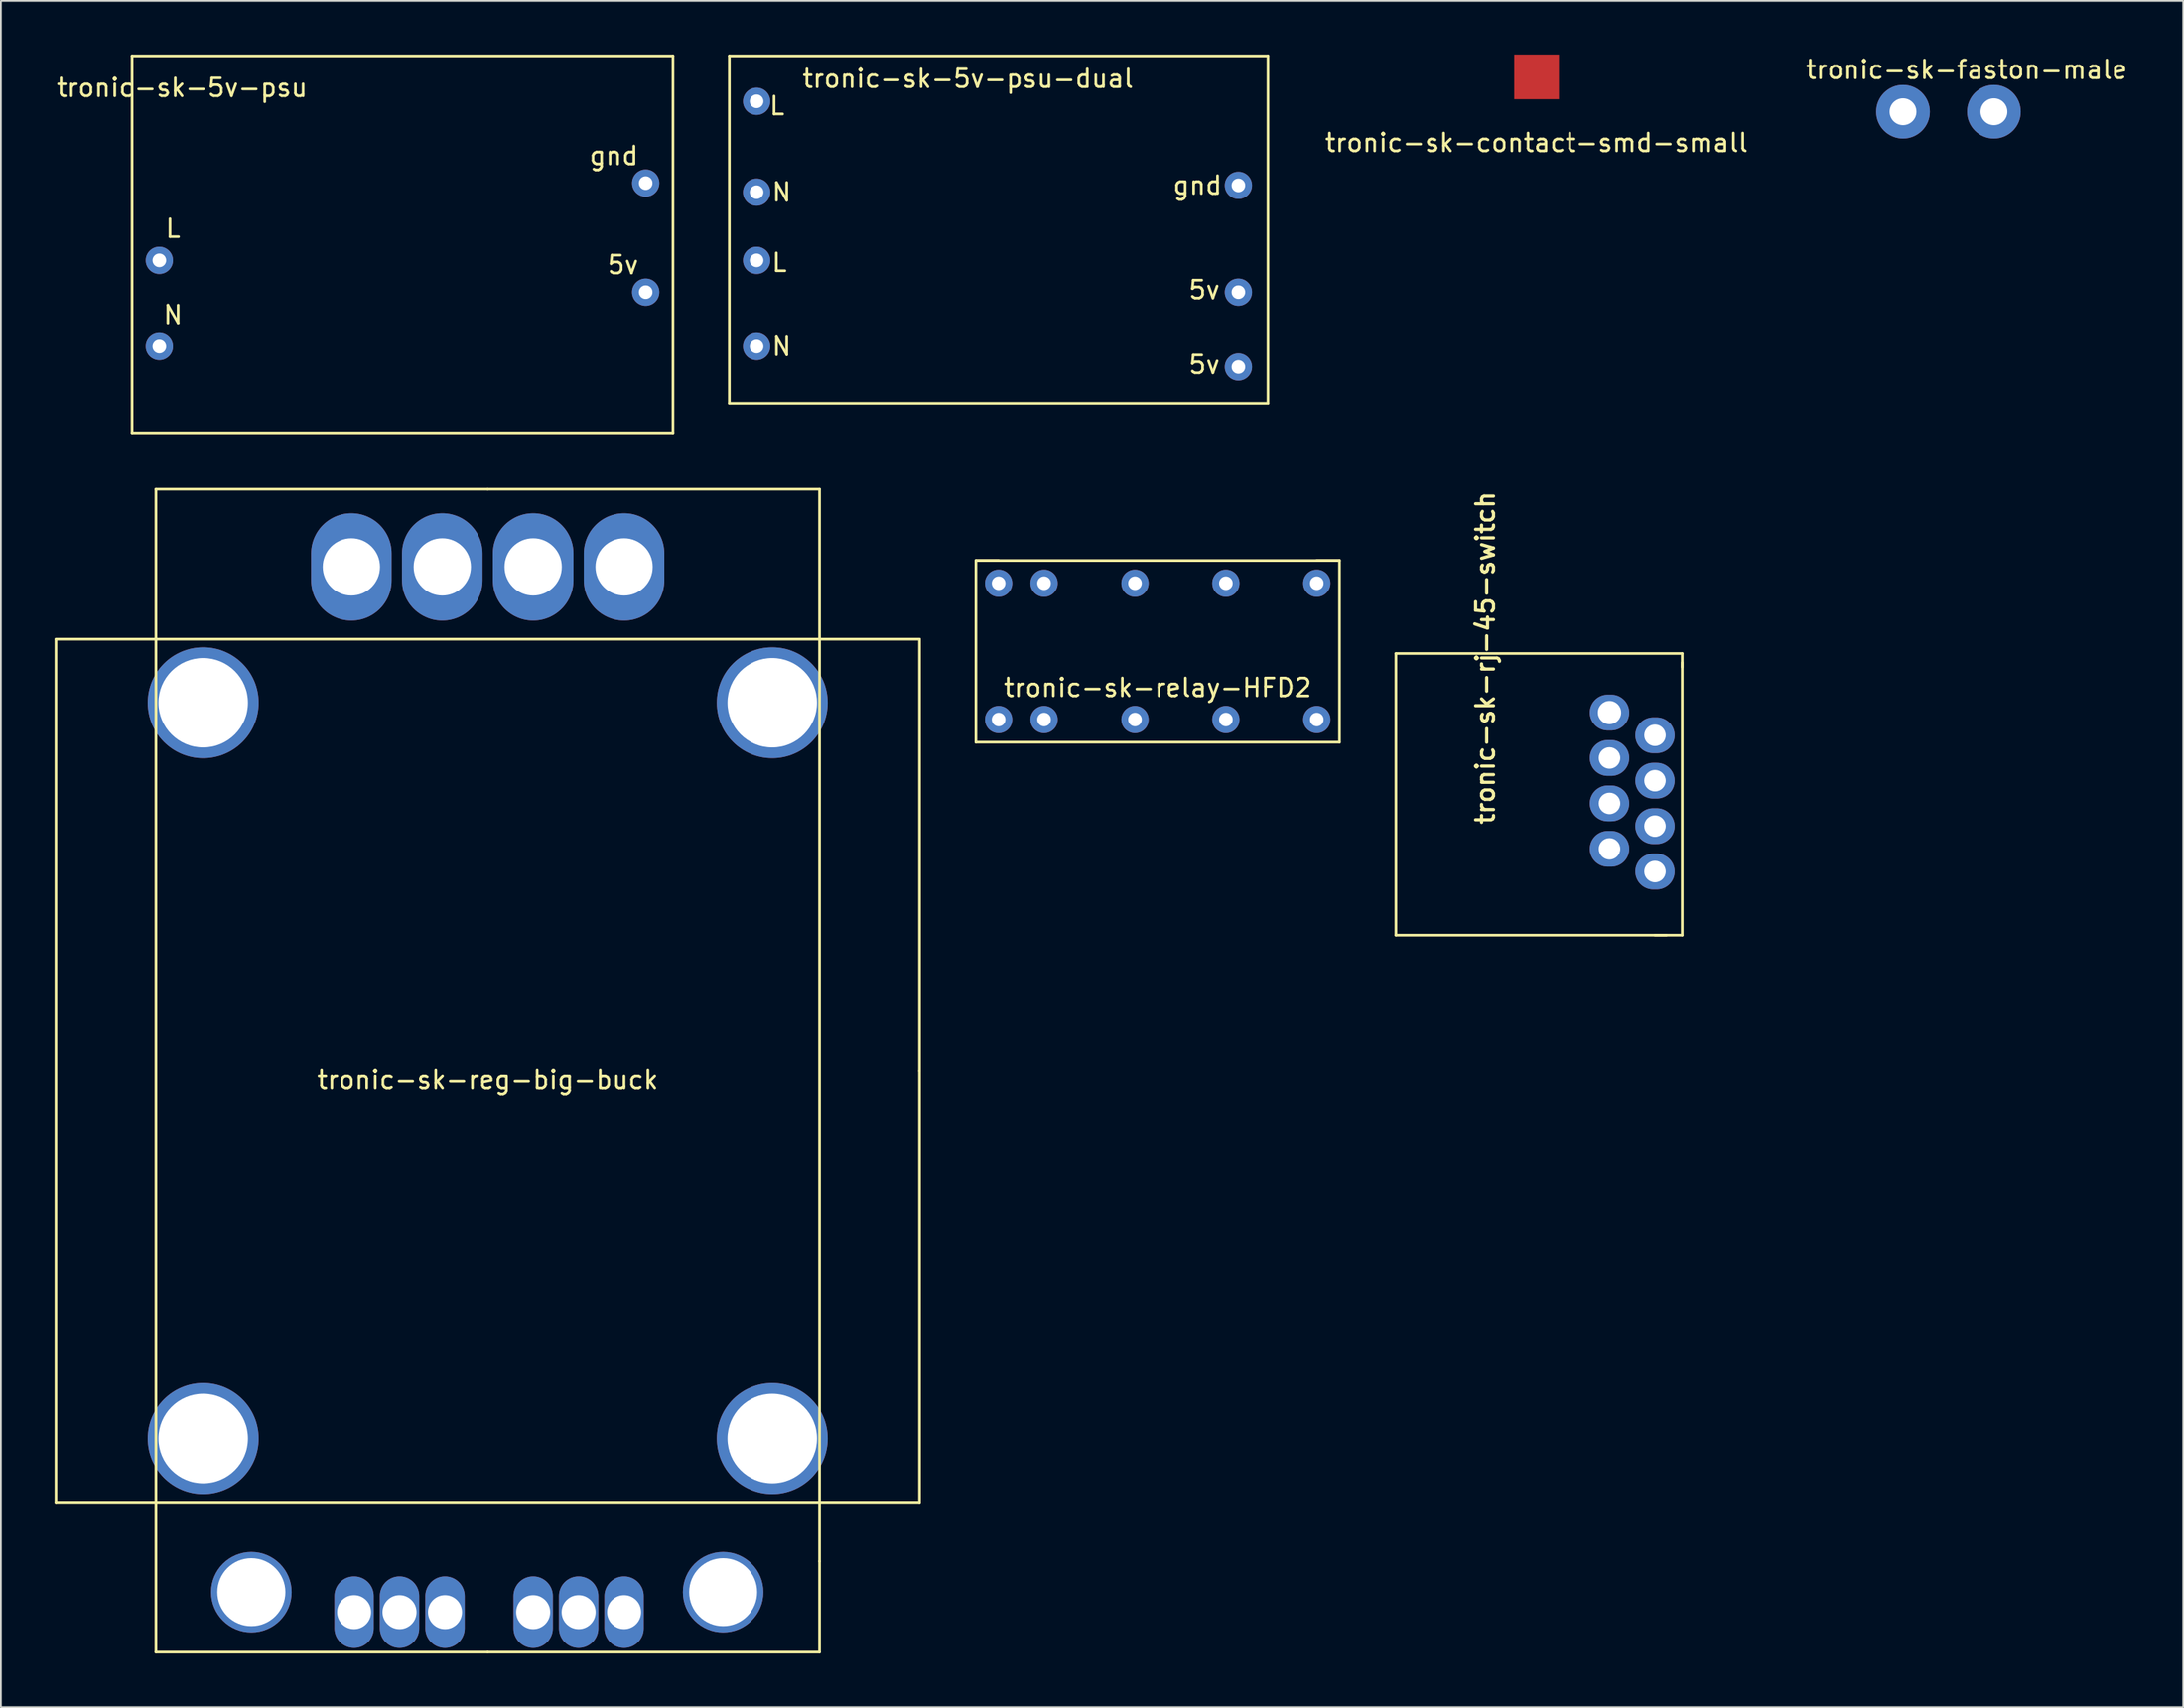
<source format=kicad_pcb>
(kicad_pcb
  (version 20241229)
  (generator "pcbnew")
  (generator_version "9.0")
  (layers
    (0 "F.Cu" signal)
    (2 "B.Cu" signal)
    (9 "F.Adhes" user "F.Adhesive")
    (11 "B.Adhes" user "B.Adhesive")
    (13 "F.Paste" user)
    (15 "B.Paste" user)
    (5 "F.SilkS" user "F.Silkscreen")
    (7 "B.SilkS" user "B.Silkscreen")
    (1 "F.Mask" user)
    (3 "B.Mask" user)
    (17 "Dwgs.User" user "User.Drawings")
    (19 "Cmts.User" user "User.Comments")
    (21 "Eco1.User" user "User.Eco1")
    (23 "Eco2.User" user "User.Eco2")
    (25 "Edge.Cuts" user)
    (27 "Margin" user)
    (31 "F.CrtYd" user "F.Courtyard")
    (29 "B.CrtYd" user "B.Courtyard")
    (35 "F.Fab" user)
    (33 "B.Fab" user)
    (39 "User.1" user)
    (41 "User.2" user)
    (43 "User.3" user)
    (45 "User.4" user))
  (footprint "tronic-sk-5v-psu-dual"
    (layer "F.Cu")
    (at 46.47 3.377)
    (property "Reference" "tronic-sk-5v-psu-dual" (at 4.572 -2.032 0) (layer "F.SilkS") (effects (font (size 1 1) (thickness 0.15))))
    (attr through_hole)
    (fp_line (start -8.763 -3.302) (end 21.336 -3.302) (stroke (width 0.15) (type solid)) (layer "F.SilkS"))
    (fp_line (start -8.763 16.129) (end -8.763 -3.302) (stroke (width 0.15) (type solid)) (layer "F.SilkS"))
    (fp_line (start 21.336 -3.302) (end 21.336 16.129) (stroke (width 0.15) (type solid)) (layer "F.SilkS"))
    (fp_line (start 21.336 16.129) (end -8.763 16.129) (stroke (width 0.15) (type solid)) (layer "F.SilkS"))
    (fp_text user "5v" (at 17.78 13.97 0) (layer "F.SilkS") (effects (font (size 1 1) (thickness 0.15))))
    (fp_text user "5v" (at 17.78 9.779 0) (layer "F.SilkS") (effects (font (size 1 1) (thickness 0.15))))
    (fp_text user "N" (at -5.842 12.954 0) (layer "F.SilkS") (effects (font (size 1 1) (thickness 0.15))))
    (fp_text user "L" (at -6.096 -0.508 0) (layer "F.SilkS") (effects (font (size 1 1) (thickness 0.15))))
    (fp_text user "gnd" (at 17.399 3.937 0) (layer "F.SilkS") (effects (font (size 1 1) (thickness 0.15))))
    (fp_text user "N" (at -5.842 4.318 0) (layer "F.SilkS") (effects (font (size 1 1) (thickness 0.15))))
    (fp_text user "L" (at -5.969 8.255 0) (layer "F.SilkS") (effects (font (size 1 1) (thickness 0.15))))
    (pad "1" thru_hole circle (at -7.239 -0.762) (size 1.524 1.524) (drill 0.762) (layers "*.Cu" "*.Mask"))
    (pad "1" thru_hole circle (at -7.239 8.128) (size 1.524 1.524) (drill 0.762) (layers "*.Cu" "*.Mask"))
    (pad "2" thru_hole circle (at -7.239 4.318) (size 1.524 1.524) (drill 0.762) (layers "*.Cu" "*.Mask"))
    (pad "2" thru_hole circle (at -7.239 12.954) (size 1.524 1.524) (drill 0.762) (layers "*.Cu" "*.Mask"))
    (pad "3" thru_hole circle (at 19.685 9.906) (size 1.524 1.524) (drill 0.762) (layers "*.Cu" "*.Mask"))
    (pad "3" thru_hole circle (at 19.685 14.097) (size 1.524 1.524) (drill 0.762) (layers "*.Cu" "*.Mask"))
    (pad "4" thru_hole circle (at 19.685 3.937) (size 1.524 1.524) (drill 0.762) (layers "*.Cu" "*.Mask")))
  (footprint "tronic-sk-rj-45-switch"
    (layer "F.Cu")
    (at 85.115 41.873)
    (property "Reference" "tronic-sk-rj-45-switch" (at -4.572 1.27 90) (layer "F.SilkS") (effects (font (size 1 1) (thickness 0.18)) (justify left bottom)))
    (attr through_hole)
    (fp_line (start -10.16 -8.382) (end -10.16 7.366) (stroke (width 0.15) (type solid)) (layer "F.SilkS"))
    (fp_line (start -10.16 7.366) (end 4.953 7.366) (stroke (width 0.15) (type solid)) (layer "F.SilkS"))
    (fp_line (start 4.318 7.366) (end 5.842 7.366) (stroke (width 0.15) (type solid)) (layer "F.SilkS"))
    (fp_line (start 5.842 -8.382) (end -10.16 -8.382) (stroke (width 0.15) (type solid)) (layer "F.SilkS"))
    (fp_line (start 5.842 -8.382) (end 5.842 -7.62) (stroke (width 0.15) (type solid)) (layer "F.SilkS"))
    (fp_line (start 5.842 7.366) (end 5.842 -7.874) (stroke (width 0.15) (type solid)) (layer "F.SilkS"))
    (pad "1" thru_hole oval (at 1.778 -5.08) (size 2.2 2) (drill 1.3) (layers "*.Cu" "*.Mask"))
    (pad "2" thru_hole oval (at 4.318 -3.81) (size 2.2 2) (drill 1.2) (layers "*.Cu" "*.Mask"))
    (pad "3" thru_hole oval (at 1.778 -2.54) (size 2.2 2) (drill 1.2) (layers "*.Cu" "*.Mask"))
    (pad "4" thru_hole oval (at 4.318 -1.27) (size 2.2 2) (drill 1.2) (layers "*.Cu" "*.Mask"))
    (pad "5" thru_hole oval (at 1.778 0) (size 2.2 2) (drill 1.2) (layers "*.Cu" "*.Mask"))
    (pad "6" thru_hole oval (at 4.318 1.27) (size 2.2 2) (drill 1.2) (layers "*.Cu" "*.Mask"))
    (pad "7" thru_hole oval (at 1.778 2.54) (size 2.2 2) (drill 1.2) (layers "*.Cu" "*.Mask"))
    (pad "8" thru_hole oval (at 4.318 3.81) (size 2.2 2) (drill 1.2) (layers "*.Cu" "*.Mask")))
  (footprint "tronic-sk-relay-HFD2"
    (layer "F.Cu")
    (at 60.375 24.482)
    (property "Reference" "tronic-sk-relay-HFD2" (at 1.27 10.922 0) (layer "F.SilkS") (effects (font (size 1 1) (thickness 0.15))))
    (attr through_hole)
    (fp_line (start -8.89 3.81) (end -8.89 13.97) (stroke (width 0.15) (type solid)) (layer "F.SilkS"))
    (fp_line (start -8.89 13.97) (end 11.43 13.97) (stroke (width 0.15) (type solid)) (layer "F.SilkS"))
    (fp_line (start -7.62 3.81) (end -8.89 3.81) (stroke (width 0.15) (type solid)) (layer "F.SilkS"))
    (fp_line (start 10.16 3.81) (end 11.43 3.81) (stroke (width 0.15) (type solid)) (layer "F.SilkS"))
    (fp_line (start 11.43 3.81) (end -8.89 3.81) (stroke (width 0.15) (type solid)) (layer "F.SilkS"))
    (fp_line (start 11.43 13.97) (end 11.43 3.81) (stroke (width 0.15) (type solid)) (layer "F.SilkS"))
    (pad "1" thru_hole circle (at -7.62 5.08) (size 1.524 1.524) (drill 0.762) (layers "*.Cu" "*.Mask"))
    (pad "2" thru_hole circle (at -5.08 5.08) (size 1.524 1.524) (drill 0.762) (layers "*.Cu" "*.Mask"))
    (pad "3" thru_hole circle (at 0 5.08) (size 1.524 1.524) (drill 0.762) (layers "*.Cu" "*.Mask"))
    (pad "4" thru_hole circle (at 5.08 5.08) (size 1.524 1.524) (drill 0.762) (layers "*.Cu" "*.Mask"))
    (pad "5" thru_hole circle (at 10.16 5.08) (size 1.524 1.524) (drill 0.762) (layers "*.Cu" "*.Mask"))
    (pad "6" thru_hole circle (at -7.62 12.7) (size 1.524 1.524) (drill 0.762) (layers "*.Cu" "*.Mask"))
    (pad "7" thru_hole circle (at -5.08 12.7) (size 1.524 1.524) (drill 0.762) (layers "*.Cu" "*.Mask"))
    (pad "8" thru_hole circle (at 0 12.7) (size 1.524 1.524) (drill 0.762) (layers "*.Cu" "*.Mask"))
    (pad "9" thru_hole circle (at 5.08 12.7) (size 1.524 1.524) (drill 0.762) (layers "*.Cu" "*.Mask"))
    (pad "10" thru_hole circle (at 10.16 12.7) (size 1.524 1.524) (drill 0.762) (layers "*.Cu" "*.Mask")))
  (footprint "tronic-sk-faston-male"
    (layer "F.Cu")
    (at 103.295 3.198)
    (property "Reference" "tronic-sk-faston-male" (at 3.556 -2.349 0) (layer "F.SilkS") (effects (font (size 1 1) (thickness 0.15))))
    (attr through_hole)
    (pad "1" thru_hole circle (at 0 0) (size 3 3) (drill 1.5) (layers "*.Cu" "*.Mask"))
    (pad "2" thru_hole circle (at 5.08 0) (size 3 3) (drill 1.5) (layers "*.Cu" "*.Mask")))
  (footprint "tronic-sk-contact-smd-small"
    (layer "F.Cu")
    (at 82.816 1.25)
    (property "Reference" "tronic-sk-contact-smd-small" (at 0 3.683 0) (layer "F.SilkS") (effects (font (size 1 1) (thickness 0.15))))
    (attr through_hole)
    (pad "1" smd rect (at 0 0) (size 2.5 2.5) (layers "F.Cu" "F.Mask" "F.Paste")))
  (footprint "tronic-sk-5v-psu"
    (layer "F.Cu")
    (at 12.967 5.155)
    (property "Reference" "tronic-sk-5v-psu" (at -5.842 -3.302 0) (layer "F.SilkS") (effects (font (size 1 1) (thickness 0.15))))
    (attr through_hole)
    (fp_line (start -8.636 -5.08) (end -8.636 16.002) (stroke (width 0.15) (type solid)) (layer "F.SilkS"))
    (fp_line (start -8.636 16.002) (end 21.59 16.002) (stroke (width 0.15) (type solid)) (layer "F.SilkS"))
    (fp_line (start 21.59 -5.08) (end -8.636 -5.08) (stroke (width 0.15) (type solid)) (layer "F.SilkS"))
    (fp_line (start 21.59 16.002) (end 21.59 -5.08) (stroke (width 0.15) (type solid)) (layer "F.SilkS"))
    (fp_text user "gnd" (at 18.288 0.508 0) (layer "F.SilkS") (effects (font (size 1 1) (thickness 0.15))))
    (fp_text user "N" (at -6.35 9.398 0) (layer "F.SilkS") (effects (font (size 1 1) (thickness 0.15))))
    (fp_text user "L" (at -6.35 4.572 0) (layer "F.SilkS") (effects (font (size 1 1) (thickness 0.15))))
    (fp_text user "5v" (at 18.796 6.604 0) (layer "F.SilkS") (effects (font (size 1 1) (thickness 0.15))))
    (pad "1" thru_hole circle (at -7.112 6.35) (size 1.524 1.524) (drill 0.762) (layers "*.Cu" "*.Mask"))
    (pad "2" thru_hole circle (at -7.112 11.176) (size 1.524 1.524) (drill 0.762) (layers "*.Cu" "*.Mask"))
    (pad "3" thru_hole circle (at 20.066 8.128) (size 1.524 1.524) (drill 0.762) (layers "*.Cu" "*.Mask"))
    (pad "4" thru_hole circle (at 20.066 2.032) (size 1.524 1.524) (drill 0.762) (layers "*.Cu" "*.Mask")))
  (footprint "tronic-sk-reg-big-buck"
    (layer "F.Cu")
    (at 24.205 56.819)
    (property "Reference" "tronic-sk-reg-big-buck" (at 0 0.5 0) (layer "F.SilkS") (effects (font (size 1 1) (thickness 0.15))))
    (attr through_hole)
    (fp_line (start -24.13 -24.13) (end 24.13 -24.13) (stroke (width 0.15) (type solid)) (layer "F.SilkS"))
    (fp_line (start -24.13 24.13) (end -24.13 -24.13) (stroke (width 0.15) (type solid)) (layer "F.SilkS"))
    (fp_line (start -18.542 -32.512) (end -18.542 32.512) (stroke (width 0.15) (type solid)) (layer "F.SilkS"))
    (fp_line (start 0 -32.512) (end -18.542 -32.512) (stroke (width 0.15) (type solid)) (layer "F.SilkS"))
    (fp_line (start 0 32.512) (end -18.542 32.512) (stroke (width 0.15) (type solid)) (layer "F.SilkS"))
    (fp_line (start 0 32.512) (end 18.542 32.512) (stroke (width 0.15) (type solid)) (layer "F.SilkS"))
    (fp_line (start 18.542 -32.512) (end 0 -32.512) (stroke (width 0.15) (type solid)) (layer "F.SilkS"))
    (fp_line (start 18.542 27.432) (end 18.542 -32.512) (stroke (width 0.15) (type solid)) (layer "F.SilkS"))
    (fp_line (start 18.542 27.432) (end 18.542 32.512) (stroke (width 0.15) (type solid)) (layer "F.SilkS"))
    (fp_line (start 24.13 -24.13) (end 24.13 0) (stroke (width 0.15) (type solid)) (layer "F.SilkS"))
    (fp_line (start 24.13 0) (end 24.13 24.13) (stroke (width 0.15) (type solid)) (layer "F.SilkS"))
    (fp_line (start 24.13 24.13) (end -24.13 24.13) (stroke (width 0.15) (type solid)) (layer "F.SilkS"))
    (pad "0" thru_hole circle (at -15.9 -20.574) (size 6.2 6.2) (drill 5) (layers "*.Cu" "*.Mask"))
    (pad "0" thru_hole circle (at -15.9 20.574) (size 6.2 6.2) (drill 5) (layers "*.Cu" "*.Mask"))
    (pad "0" thru_hole circle (at -13.208 29.159) (size 4.5 4.5) (drill 3.8) (layers "*.Cu" "*.Mask"))
    (pad "0" thru_hole circle (at 13.157 29.159) (size 4.5 4.5) (drill 3.8) (layers "*.Cu" "*.Mask"))
    (pad "0" thru_hole circle (at 15.9 -20.574) (size 6.2 6.2) (drill 5) (layers "*.Cu" "*.Mask"))
    (pad "0" thru_hole circle (at 15.9 20.574) (size 6.2 6.2) (drill 5) (layers "*.Cu" "*.Mask"))
    (pad "1" thru_hole oval (at -7.62 -28.169) (size 4.5 6) (drill 3.2) (layers "*.Cu" "*.Mask"))
    (pad "2" thru_hole oval (at -2.54 -28.169) (size 4.5 6) (drill 3.2) (layers "*.Cu" "*.Mask"))
    (pad "3" thru_hole oval (at 2.54 -28.169) (size 4.5 6) (drill 3.2) (layers "*.Cu" "*.Mask"))
    (pad "4" thru_hole oval (at 7.62 -28.169) (size 4.5 6) (drill 3.2) (layers "*.Cu" "*.Mask"))
    (pad "5" thru_hole oval (at -7.468 30.277) (size 2.2 4) (drill 1.9) (layers "*.Cu" "*.Mask"))
    (pad "6" thru_hole oval (at -4.928 30.277) (size 2.2 4) (drill 1.9) (layers "*.Cu" "*.Mask"))
    (pad "7" thru_hole oval (at -2.388 30.277) (size 2.2 4) (drill 1.9) (layers "*.Cu" "*.Mask"))
    (pad "8" thru_hole oval (at 2.54 30.277) (size 2.2 4) (drill 1.9) (layers "*.Cu" "*.Mask"))
    (pad "9" thru_hole oval (at 5.08 30.277) (size 2.2 4) (drill 1.9) (layers "*.Cu" "*.Mask"))
    (pad "10" thru_hole oval (at 7.62 30.277) (size 2.2 4) (drill 1.9) (layers "*.Cu" "*.Mask")))
  (gr_rect
    (start -3 -3)
    (end 118.952 92.406)
    (stroke (width 0.1) (type default))
    (fill no)
    (layer "Edge.Cuts")))
</source>
